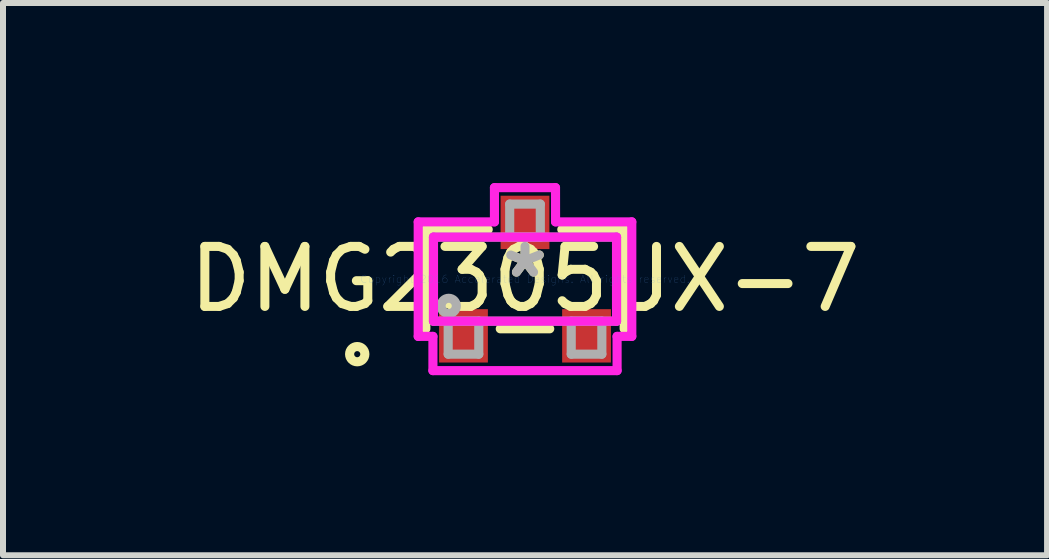
<source format=kicad_pcb>
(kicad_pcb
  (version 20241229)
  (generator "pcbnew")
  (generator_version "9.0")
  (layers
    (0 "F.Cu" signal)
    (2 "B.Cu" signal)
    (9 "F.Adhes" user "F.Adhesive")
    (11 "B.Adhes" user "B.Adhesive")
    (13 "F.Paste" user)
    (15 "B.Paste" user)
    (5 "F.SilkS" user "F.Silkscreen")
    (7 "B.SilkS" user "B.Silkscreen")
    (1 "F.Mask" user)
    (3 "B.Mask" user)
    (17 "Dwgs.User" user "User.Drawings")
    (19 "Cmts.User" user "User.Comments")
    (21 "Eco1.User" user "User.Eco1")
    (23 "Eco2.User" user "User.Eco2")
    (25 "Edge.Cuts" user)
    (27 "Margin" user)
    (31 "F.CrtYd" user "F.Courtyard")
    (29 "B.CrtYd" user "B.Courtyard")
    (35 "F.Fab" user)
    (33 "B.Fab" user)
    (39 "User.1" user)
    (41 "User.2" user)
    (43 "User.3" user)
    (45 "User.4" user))
  (footprint "DMG2305UX-7"
    (layer "F.Cu")
    (at 5.696 1.6)
    (property "Reference" "DMG2305UX-7" (at 0 0 0) (layer "F.SilkS") (effects (font (size 1 1) (thickness 0.15))))
    (attr through_hole)
    (fp_line (start -1.652 -0.827) (end -1.652 0.827) (stroke (width 0.152) (type solid)) (layer "F.SilkS"))
    (fp_line (start -0.613 -0.827) (end -1.652 -0.827) (stroke (width 0.152) (type solid)) (layer "F.SilkS"))
    (fp_line (start -0.412 0.827) (end 0.412 0.827) (stroke (width 0.152) (type solid)) (layer "F.SilkS"))
    (fp_line (start 1.652 -0.827) (end 0.613 -0.827) (stroke (width 0.152) (type solid)) (layer "F.SilkS"))
    (fp_line (start 1.652 0.827) (end 1.652 -0.827) (stroke (width 0.152) (type solid)) (layer "F.SilkS"))
    (fp_circle (center -2.795 1.25) (end -2.668 1.25) (stroke (width 0.152) (type solid)) (fill no) (layer "F.SilkS"))
    (fp_line (start -1.779 -0.954) (end -0.509 -0.954) (stroke (width 0.152) (type solid)) (layer "F.CrtYd"))
    (fp_line (start -1.779 0.954) (end -1.779 -0.954) (stroke (width 0.152) (type solid)) (layer "F.CrtYd"))
    (fp_line (start -1.534 0.954) (end -1.779 0.954) (stroke (width 0.152) (type solid)) (layer "F.CrtYd"))
    (fp_line (start -1.534 1.524) (end -1.534 0.954) (stroke (width 0.152) (type solid)) (layer "F.CrtYd"))
    (fp_line (start -1.525 -0.7) (end 1.525 -0.7) (stroke (width 0.152) (type solid)) (layer "F.CrtYd"))
    (fp_line (start -1.525 0.7) (end -1.525 -0.7) (stroke (width 0.152) (type solid)) (layer "F.CrtYd"))
    (fp_line (start -0.509 -1.524) (end 0.508 -1.524) (stroke (width 0.152) (type solid)) (layer "F.CrtYd"))
    (fp_line (start -0.509 -0.954) (end -0.509 -1.524) (stroke (width 0.152) (type solid)) (layer "F.CrtYd"))
    (fp_line (start 0.508 -1.524) (end 0.509 -0.954) (stroke (width 0.152) (type solid)) (layer "F.CrtYd"))
    (fp_line (start 0.509 -0.954) (end 1.779 -0.954) (stroke (width 0.152) (type solid)) (layer "F.CrtYd"))
    (fp_line (start 1.525 -0.7) (end 1.525 0.7) (stroke (width 0.152) (type solid)) (layer "F.CrtYd"))
    (fp_line (start 1.525 0.7) (end -1.525 0.7) (stroke (width 0.152) (type solid)) (layer "F.CrtYd"))
    (fp_line (start 1.534 0.954) (end 1.534 1.524) (stroke (width 0.152) (type solid)) (layer "F.CrtYd"))
    (fp_line (start 1.534 1.524) (end -1.534 1.524) (stroke (width 0.152) (type solid)) (layer "F.CrtYd"))
    (fp_line (start 1.779 -0.954) (end 1.779 0.954) (stroke (width 0.152) (type solid)) (layer "F.CrtYd"))
    (fp_line (start 1.779 0.954) (end 1.534 0.954) (stroke (width 0.152) (type solid)) (layer "F.CrtYd"))
    (fp_line (start -1.525 -0.7) (end -1.525 0.7) (stroke (width 0.152) (type solid)) (layer "F.Fab"))
    (fp_line (start -1.525 0.7) (end 1.525 0.7) (stroke (width 0.152) (type solid)) (layer "F.Fab"))
    (fp_line (start -1.28 0.7) (end -1.28 1.25) (stroke (width 0.152) (type solid)) (layer "F.Fab"))
    (fp_line (start -1.28 1.25) (end -0.77 1.25) (stroke (width 0.152) (type solid)) (layer "F.Fab"))
    (fp_line (start -0.77 0.7) (end -1.28 0.7) (stroke (width 0.152) (type solid)) (layer "F.Fab"))
    (fp_line (start -0.77 1.25) (end -0.77 0.7) (stroke (width 0.152) (type solid)) (layer "F.Fab"))
    (fp_line (start -0.255 -1.25) (end -0.255 -0.7) (stroke (width 0.152) (type solid)) (layer "F.Fab"))
    (fp_line (start -0.255 -0.7) (end 0.255 -0.7) (stroke (width 0.152) (type solid)) (layer "F.Fab"))
    (fp_line (start 0.255 -1.25) (end -0.255 -1.25) (stroke (width 0.152) (type solid)) (layer "F.Fab"))
    (fp_line (start 0.255 -0.7) (end 0.255 -1.25) (stroke (width 0.152) (type solid)) (layer "F.Fab"))
    (fp_line (start 0.77 0.7) (end 0.77 1.25) (stroke (width 0.152) (type solid)) (layer "F.Fab"))
    (fp_line (start 0.77 1.25) (end 1.28 1.25) (stroke (width 0.152) (type solid)) (layer "F.Fab"))
    (fp_line (start 1.28 0.7) (end 0.77 0.7) (stroke (width 0.152) (type solid)) (layer "F.Fab"))
    (fp_line (start 1.28 1.25) (end 1.28 0.7) (stroke (width 0.152) (type solid)) (layer "F.Fab"))
    (fp_line (start 1.525 -0.7) (end -1.525 -0.7) (stroke (width 0.152) (type solid)) (layer "F.Fab"))
    (fp_line (start 1.525 0.7) (end 1.525 -0.7) (stroke (width 0.152) (type solid)) (layer "F.Fab"))
    (fp_circle (center -1.271 0.446) (end -1.144 0.446) (stroke (width 0.152) (type solid)) (fill no) (layer "F.Fab"))
    (fp_text user "*" (at 0 0 0) (layer "F.SilkS") (effects (font (size 1 1) (thickness 0.15))))
    (fp_text user "Copyright 2016 Accelerated Designs. All rights reserved." (at 0 0 0) (layer "Cmts.User") (effects (font (size 0.127 0.127) (thickness 0.002))))
    (fp_text user "*" (at 0 0 0) (layer "F.Fab") (effects (font (size 1 1) (thickness 0.15))))
    (pad "1" smd rect (at -1.025 0.945) (size 0.813 0.889) (layers "F.Cu" "F.Mask" "F.Paste"))
    (pad "2" smd rect (at 1.025 0.945) (size 0.813 0.889) (layers "F.Cu" "F.Mask" "F.Paste"))
    (pad "3" smd rect (at 0 -0.945) (size 0.813 0.889) (layers "F.Cu" "F.Mask" "F.Paste")))
  (gr_rect
    (start -3 -3)
    (end 14.393 6.2)
    (stroke (width 0.1) (type default))
    (fill no)
    (layer "Edge.Cuts")))
</source>
